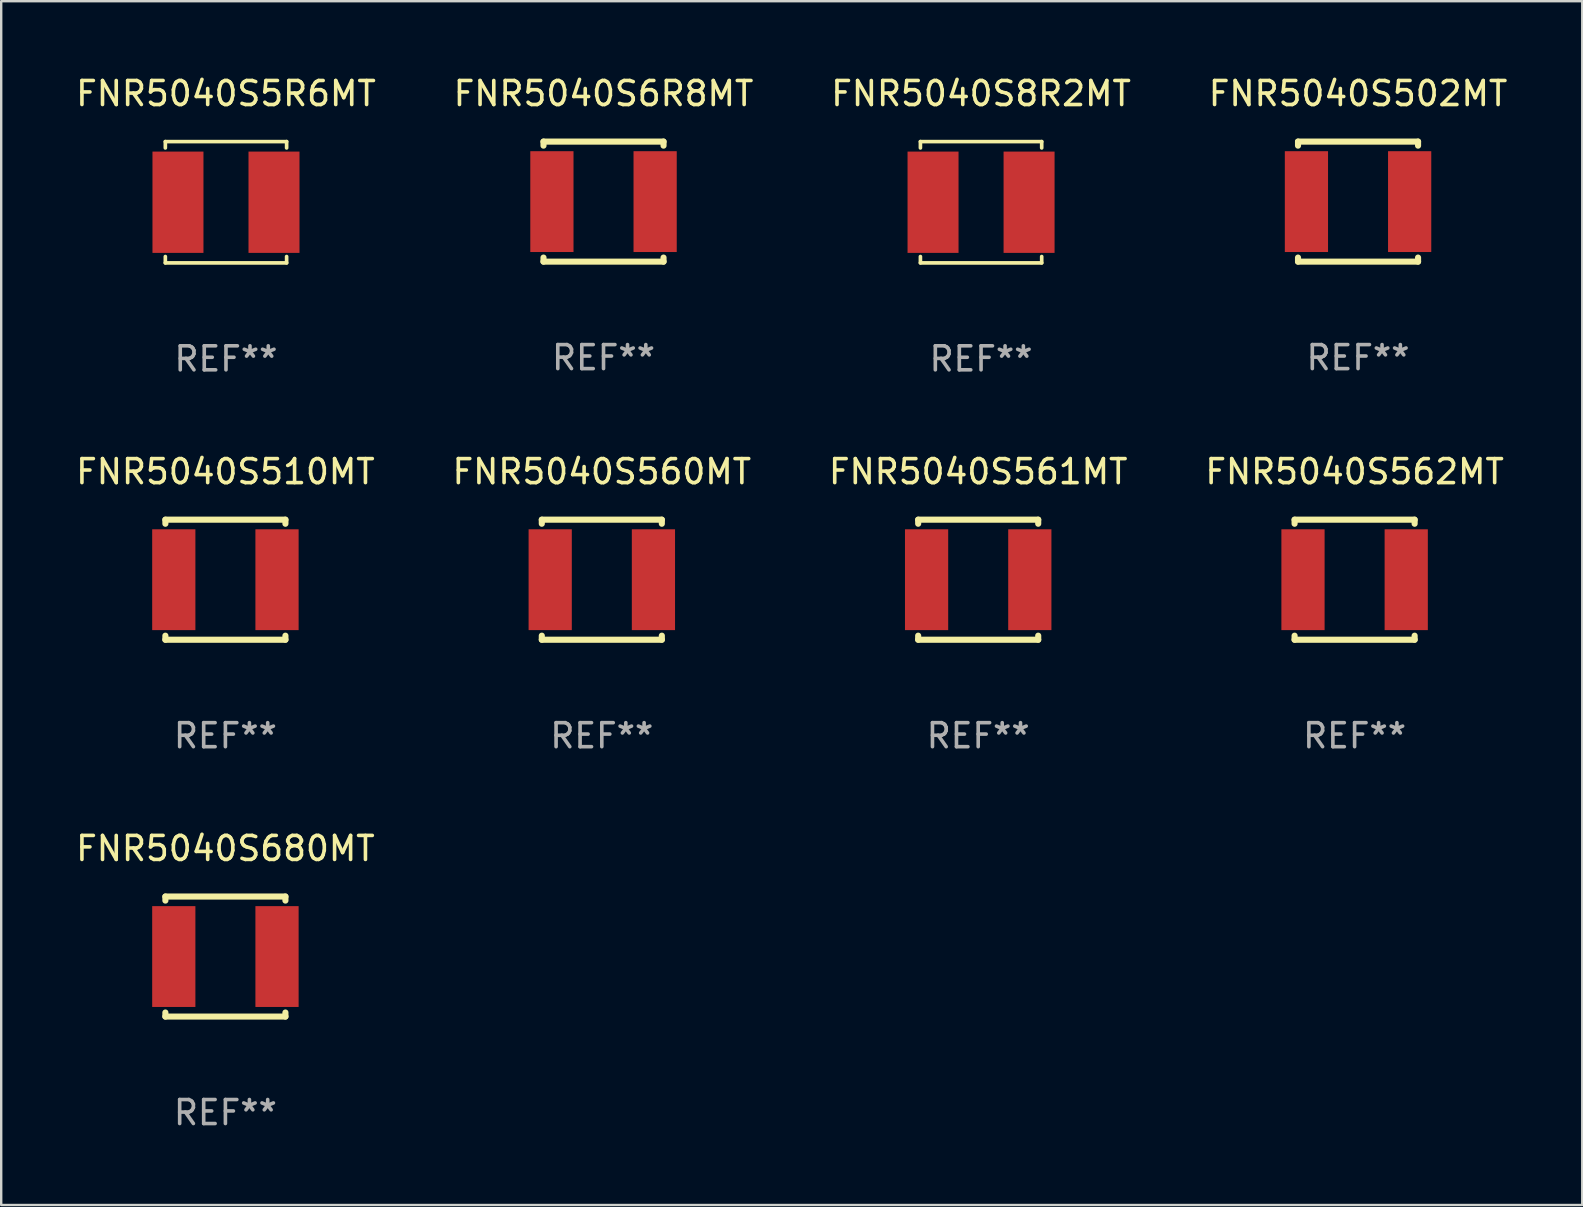
<source format=kicad_pcb>
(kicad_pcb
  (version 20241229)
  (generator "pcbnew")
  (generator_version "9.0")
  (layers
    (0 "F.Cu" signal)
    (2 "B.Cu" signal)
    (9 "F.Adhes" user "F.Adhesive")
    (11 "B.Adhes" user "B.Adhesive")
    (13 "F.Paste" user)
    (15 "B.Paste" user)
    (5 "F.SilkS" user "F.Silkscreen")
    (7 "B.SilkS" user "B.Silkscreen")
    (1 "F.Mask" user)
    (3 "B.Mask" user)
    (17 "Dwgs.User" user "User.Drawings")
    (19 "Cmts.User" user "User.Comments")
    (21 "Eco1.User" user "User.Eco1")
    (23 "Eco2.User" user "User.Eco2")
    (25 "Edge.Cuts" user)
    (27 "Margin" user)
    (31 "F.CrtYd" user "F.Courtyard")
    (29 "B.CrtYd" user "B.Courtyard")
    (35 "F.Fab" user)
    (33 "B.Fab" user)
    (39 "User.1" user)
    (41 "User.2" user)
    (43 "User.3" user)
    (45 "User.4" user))
  (footprint "FNR5040S6R8MT"
    (layer "F.Cu")
    (at 22.089 5.348)
    (property "Reference" "FNR5040S6R8MT" (at 0 -4.5 0) (layer "F.SilkS") (effects (font (size 1 1) (thickness 0.15))))
    (attr through_hole)
    (fp_line (start -2.5 -2.5) (end -2.5 -2.331) (stroke (width 0.254) (type solid)) (layer "F.SilkS"))
    (fp_line (start -2.5 -2.5) (end 2.5 -2.5) (stroke (width 0.254) (type solid)) (layer "F.SilkS"))
    (fp_line (start -2.5 2.331) (end -2.5 2.5) (stroke (width 0.254) (type solid)) (layer "F.SilkS"))
    (fp_line (start -2.5 2.5) (end 2.5 2.5) (stroke (width 0.254) (type solid)) (layer "F.SilkS"))
    (fp_line (start 2.5 -2.331) (end 2.5 -2.5) (stroke (width 0.254) (type solid)) (layer "F.SilkS"))
    (fp_line (start 2.5 2.5) (end 2.5 2.331) (stroke (width 0.254) (type solid)) (layer "F.SilkS"))
    (fp_circle (center -2.5 2.5) (end -2.47 2.5) (stroke (width 0.06) (type solid)) (fill no) (layer "F.SilkS"))
    (fp_text user "REF**" (at 0 6.5 0) (layer "F.Fab") (effects (font (size 1 1) (thickness 0.15))))
    (pad "1" smd rect (at -2.15 0) (size 1.8 4.2) (layers "F.Cu" "F.Mask" "F.Paste"))
    (pad "2" smd rect (at 2.15 0) (size 1.8 4.2) (layers "F.Cu" "F.Mask" "F.Paste")))
  (footprint "FNR5040S5R6MT"
    (layer "F.Cu")
    (at 6.363 5.374)
    (property "Reference" "FNR5040S5R6MT" (at 0 -4.526 0) (layer "F.SilkS") (effects (font (size 1 1) (thickness 0.15))))
    (attr through_hole)
    (fp_line (start -2.526 -2.526) (end 2.526 -2.526) (stroke (width 0.152) (type solid)) (layer "F.SilkS"))
    (fp_line (start -2.526 -2.262) (end -2.526 -2.526) (stroke (width 0.152) (type solid)) (layer "F.SilkS"))
    (fp_line (start -2.526 2.262) (end -2.526 2.526) (stroke (width 0.152) (type solid)) (layer "F.SilkS"))
    (fp_line (start -2.526 2.526) (end 2.526 2.526) (stroke (width 0.152) (type solid)) (layer "F.SilkS"))
    (fp_line (start 2.526 -2.526) (end 2.526 -2.262) (stroke (width 0.152) (type solid)) (layer "F.SilkS"))
    (fp_line (start 2.526 2.526) (end 2.526 2.262) (stroke (width 0.152) (type solid)) (layer "F.SilkS"))
    (fp_circle (center 2.5 -2.5) (end 2.53 -2.5) (stroke (width 0.06) (type solid)) (fill no) (layer "F.SilkS"))
    (fp_text user "REF**" (at 0 6.526 0) (layer "F.Fab") (effects (font (size 1 1) (thickness 0.15))))
    (pad "1" smd rect (at 2 0) (size 2.124 4.22) (layers "F.Cu" "F.Mask" "F.Paste"))
    (pad "2" smd rect (at -2 0) (size 2.124 4.22) (layers "F.Cu" "F.Mask" "F.Paste")))
  (footprint "FNR5040S560MT"
    (layer "F.Cu")
    (at 22.018 21.097)
    (property "Reference" "FNR5040S560MT" (at 0 -4.5 0) (layer "F.SilkS") (effects (font (size 1 1) (thickness 0.15))))
    (attr through_hole)
    (fp_line (start -2.5 -2.5) (end -2.5 -2.331) (stroke (width 0.254) (type solid)) (layer "F.SilkS"))
    (fp_line (start -2.5 -2.5) (end 2.5 -2.5) (stroke (width 0.254) (type solid)) (layer "F.SilkS"))
    (fp_line (start -2.5 2.331) (end -2.5 2.5) (stroke (width 0.254) (type solid)) (layer "F.SilkS"))
    (fp_line (start -2.5 2.5) (end 2.5 2.5) (stroke (width 0.254) (type solid)) (layer "F.SilkS"))
    (fp_line (start 2.5 -2.331) (end 2.5 -2.5) (stroke (width 0.254) (type solid)) (layer "F.SilkS"))
    (fp_line (start 2.5 2.5) (end 2.5 2.331) (stroke (width 0.254) (type solid)) (layer "F.SilkS"))
    (fp_circle (center -2.5 2.5) (end -2.47 2.5) (stroke (width 0.06) (type solid)) (fill no) (layer "F.SilkS"))
    (fp_text user "REF**" (at 0 6.5 0) (layer "F.Fab") (effects (font (size 1 1) (thickness 0.15))))
    (pad "1" smd rect (at -2.15 0) (size 1.8 4.2) (layers "F.Cu" "F.Mask" "F.Paste"))
    (pad "2" smd rect (at 2.15 0) (size 1.8 4.2) (layers "F.Cu" "F.Mask" "F.Paste")))
  (footprint "FNR5040S502MT"
    (layer "F.Cu")
    (at 53.518 5.348)
    (property "Reference" "FNR5040S502MT" (at 0 -4.5 0) (layer "F.SilkS") (effects (font (size 1 1) (thickness 0.15))))
    (attr through_hole)
    (fp_line (start -2.5 -2.5) (end -2.5 -2.331) (stroke (width 0.254) (type solid)) (layer "F.SilkS"))
    (fp_line (start -2.5 -2.5) (end 2.5 -2.5) (stroke (width 0.254) (type solid)) (layer "F.SilkS"))
    (fp_line (start -2.5 2.331) (end -2.5 2.5) (stroke (width 0.254) (type solid)) (layer "F.SilkS"))
    (fp_line (start -2.5 2.5) (end 2.5 2.5) (stroke (width 0.254) (type solid)) (layer "F.SilkS"))
    (fp_line (start 2.5 -2.331) (end 2.5 -2.5) (stroke (width 0.254) (type solid)) (layer "F.SilkS"))
    (fp_line (start 2.5 2.5) (end 2.5 2.331) (stroke (width 0.254) (type solid)) (layer "F.SilkS"))
    (fp_circle (center -2.5 2.5) (end -2.47 2.5) (stroke (width 0.06) (type solid)) (fill no) (layer "F.SilkS"))
    (fp_text user "REF**" (at 0 6.5 0) (layer "F.Fab") (effects (font (size 1 1) (thickness 0.15))))
    (pad "1" smd rect (at -2.15 0) (size 1.8 4.2) (layers "F.Cu" "F.Mask" "F.Paste"))
    (pad "2" smd rect (at 2.15 0) (size 1.8 4.2) (layers "F.Cu" "F.Mask" "F.Paste")))
  (footprint "FNR5040S562MT"
    (layer "F.Cu")
    (at 53.375 21.097)
    (property "Reference" "FNR5040S562MT" (at 0 -4.5 0) (layer "F.SilkS") (effects (font (size 1 1) (thickness 0.15))))
    (attr through_hole)
    (fp_line (start -2.5 -2.5) (end -2.5 -2.331) (stroke (width 0.254) (type solid)) (layer "F.SilkS"))
    (fp_line (start -2.5 -2.5) (end 2.5 -2.5) (stroke (width 0.254) (type solid)) (layer "F.SilkS"))
    (fp_line (start -2.5 2.331) (end -2.5 2.5) (stroke (width 0.254) (type solid)) (layer "F.SilkS"))
    (fp_line (start -2.5 2.5) (end 2.5 2.5) (stroke (width 0.254) (type solid)) (layer "F.SilkS"))
    (fp_line (start 2.5 -2.331) (end 2.5 -2.5) (stroke (width 0.254) (type solid)) (layer "F.SilkS"))
    (fp_line (start 2.5 2.5) (end 2.5 2.331) (stroke (width 0.254) (type solid)) (layer "F.SilkS"))
    (fp_circle (center -2.5 2.5) (end -2.47 2.5) (stroke (width 0.06) (type solid)) (fill no) (layer "F.SilkS"))
    (fp_text user "REF**" (at 0 6.5 0) (layer "F.Fab") (effects (font (size 1 1) (thickness 0.15))))
    (pad "1" smd rect (at -2.15 0) (size 1.8 4.2) (layers "F.Cu" "F.Mask" "F.Paste"))
    (pad "2" smd rect (at 2.15 0) (size 1.8 4.2) (layers "F.Cu" "F.Mask" "F.Paste")))
  (footprint "FNR5040S561MT"
    (layer "F.Cu")
    (at 37.696 21.097)
    (property "Reference" "FNR5040S561MT" (at 0 -4.5 0) (layer "F.SilkS") (effects (font (size 1 1) (thickness 0.15))))
    (attr through_hole)
    (fp_line (start -2.5 -2.5) (end -2.5 -2.331) (stroke (width 0.254) (type solid)) (layer "F.SilkS"))
    (fp_line (start -2.5 -2.5) (end 2.5 -2.5) (stroke (width 0.254) (type solid)) (layer "F.SilkS"))
    (fp_line (start -2.5 2.331) (end -2.5 2.5) (stroke (width 0.254) (type solid)) (layer "F.SilkS"))
    (fp_line (start -2.5 2.5) (end 2.5 2.5) (stroke (width 0.254) (type solid)) (layer "F.SilkS"))
    (fp_line (start 2.5 -2.331) (end 2.5 -2.5) (stroke (width 0.254) (type solid)) (layer "F.SilkS"))
    (fp_line (start 2.5 2.5) (end 2.5 2.331) (stroke (width 0.254) (type solid)) (layer "F.SilkS"))
    (fp_circle (center -2.5 2.5) (end -2.47 2.5) (stroke (width 0.06) (type solid)) (fill no) (layer "F.SilkS"))
    (fp_text user "REF**" (at 0 6.5 0) (layer "F.Fab") (effects (font (size 1 1) (thickness 0.15))))
    (pad "1" smd rect (at -2.15 0) (size 1.8 4.2) (layers "F.Cu" "F.Mask" "F.Paste"))
    (pad "2" smd rect (at 2.15 0) (size 1.8 4.2) (layers "F.Cu" "F.Mask" "F.Paste")))
  (footprint "FNR5040S8R2MT"
    (layer "F.Cu")
    (at 37.815 5.374)
    (property "Reference" "FNR5040S8R2MT" (at 0 -4.526 0) (layer "F.SilkS") (effects (font (size 1 1) (thickness 0.15))))
    (attr through_hole)
    (fp_line (start -2.526 -2.526) (end 2.526 -2.526) (stroke (width 0.152) (type solid)) (layer "F.SilkS"))
    (fp_line (start -2.526 -2.262) (end -2.526 -2.526) (stroke (width 0.152) (type solid)) (layer "F.SilkS"))
    (fp_line (start -2.526 2.262) (end -2.526 2.526) (stroke (width 0.152) (type solid)) (layer "F.SilkS"))
    (fp_line (start -2.526 2.526) (end 2.526 2.526) (stroke (width 0.152) (type solid)) (layer "F.SilkS"))
    (fp_line (start 2.526 -2.526) (end 2.526 -2.262) (stroke (width 0.152) (type solid)) (layer "F.SilkS"))
    (fp_line (start 2.526 2.526) (end 2.526 2.262) (stroke (width 0.152) (type solid)) (layer "F.SilkS"))
    (fp_circle (center 2.5 -2.5) (end 2.53 -2.5) (stroke (width 0.06) (type solid)) (fill no) (layer "F.SilkS"))
    (fp_text user "REF**" (at 0 6.526 0) (layer "F.Fab") (effects (font (size 1 1) (thickness 0.15))))
    (pad "1" smd rect (at 2 0) (size 2.124 4.22) (layers "F.Cu" "F.Mask" "F.Paste"))
    (pad "2" smd rect (at -2 0) (size 2.124 4.22) (layers "F.Cu" "F.Mask" "F.Paste")))
  (footprint "FNR5040S680MT"
    (layer "F.Cu")
    (at 6.339 36.794)
    (property "Reference" "FNR5040S680MT" (at 0 -4.5 0) (layer "F.SilkS") (effects (font (size 1 1) (thickness 0.15))))
    (attr through_hole)
    (fp_line (start -2.5 -2.5) (end -2.5 -2.331) (stroke (width 0.254) (type solid)) (layer "F.SilkS"))
    (fp_line (start -2.5 -2.5) (end 2.5 -2.5) (stroke (width 0.254) (type solid)) (layer "F.SilkS"))
    (fp_line (start -2.5 2.331) (end -2.5 2.5) (stroke (width 0.254) (type solid)) (layer "F.SilkS"))
    (fp_line (start -2.5 2.5) (end 2.5 2.5) (stroke (width 0.254) (type solid)) (layer "F.SilkS"))
    (fp_line (start 2.5 -2.331) (end 2.5 -2.5) (stroke (width 0.254) (type solid)) (layer "F.SilkS"))
    (fp_line (start 2.5 2.5) (end 2.5 2.331) (stroke (width 0.254) (type solid)) (layer "F.SilkS"))
    (fp_circle (center -2.5 2.5) (end -2.47 2.5) (stroke (width 0.06) (type solid)) (fill no) (layer "F.SilkS"))
    (fp_text user "REF**" (at 0 6.5 0) (layer "F.Fab") (effects (font (size 1 1) (thickness 0.15))))
    (pad "1" smd rect (at -2.15 0) (size 1.8 4.2) (layers "F.Cu" "F.Mask" "F.Paste"))
    (pad "2" smd rect (at 2.15 0) (size 1.8 4.2) (layers "F.Cu" "F.Mask" "F.Paste")))
  (footprint "FNR5040S510MT"
    (layer "F.Cu")
    (at 6.339 21.097)
    (property "Reference" "FNR5040S510MT" (at 0 -4.5 0) (layer "F.SilkS") (effects (font (size 1 1) (thickness 0.15))))
    (attr through_hole)
    (fp_line (start -2.5 -2.5) (end -2.5 -2.331) (stroke (width 0.254) (type solid)) (layer "F.SilkS"))
    (fp_line (start -2.5 -2.5) (end 2.5 -2.5) (stroke (width 0.254) (type solid)) (layer "F.SilkS"))
    (fp_line (start -2.5 2.331) (end -2.5 2.5) (stroke (width 0.254) (type solid)) (layer "F.SilkS"))
    (fp_line (start -2.5 2.5) (end 2.5 2.5) (stroke (width 0.254) (type solid)) (layer "F.SilkS"))
    (fp_line (start 2.5 -2.331) (end 2.5 -2.5) (stroke (width 0.254) (type solid)) (layer "F.SilkS"))
    (fp_line (start 2.5 2.5) (end 2.5 2.331) (stroke (width 0.254) (type solid)) (layer "F.SilkS"))
    (fp_circle (center -2.5 2.5) (end -2.47 2.5) (stroke (width 0.06) (type solid)) (fill no) (layer "F.SilkS"))
    (fp_text user "REF**" (at 0 6.5 0) (layer "F.Fab") (effects (font (size 1 1) (thickness 0.15))))
    (pad "1" smd rect (at -2.15 0) (size 1.8 4.2) (layers "F.Cu" "F.Mask" "F.Paste"))
    (pad "2" smd rect (at 2.15 0) (size 1.8 4.2) (layers "F.Cu" "F.Mask" "F.Paste")))
  (gr_rect
    (start -3 -3)
    (end 62.857 47.142)
    (stroke (width 0.1) (type default))
    (fill no)
    (layer "Edge.Cuts")))
</source>
